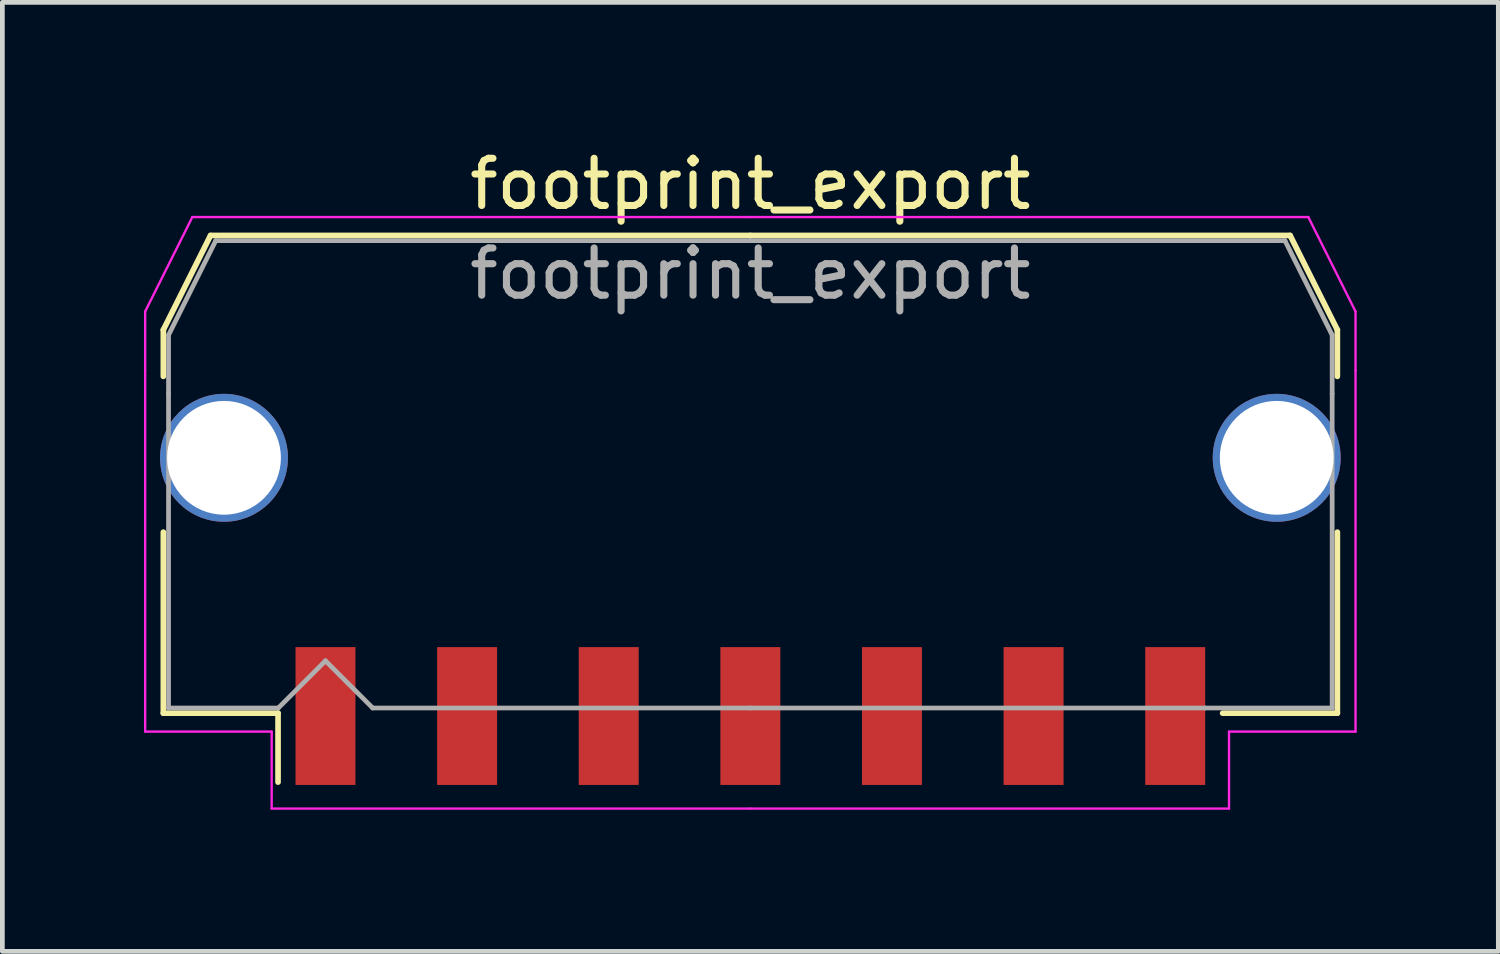
<source format=kicad_pcb>
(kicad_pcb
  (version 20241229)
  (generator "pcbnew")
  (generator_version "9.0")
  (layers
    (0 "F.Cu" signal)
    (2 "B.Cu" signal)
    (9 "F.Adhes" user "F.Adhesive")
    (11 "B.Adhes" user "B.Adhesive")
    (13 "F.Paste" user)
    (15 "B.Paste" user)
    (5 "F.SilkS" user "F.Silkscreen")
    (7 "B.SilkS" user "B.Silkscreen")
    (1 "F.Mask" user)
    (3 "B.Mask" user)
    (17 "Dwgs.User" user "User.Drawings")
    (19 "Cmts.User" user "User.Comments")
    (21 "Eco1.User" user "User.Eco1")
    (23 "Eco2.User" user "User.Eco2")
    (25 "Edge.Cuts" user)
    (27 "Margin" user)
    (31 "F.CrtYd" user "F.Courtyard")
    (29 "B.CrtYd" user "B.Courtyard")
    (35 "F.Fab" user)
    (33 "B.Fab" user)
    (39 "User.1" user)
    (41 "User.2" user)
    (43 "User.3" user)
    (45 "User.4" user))
  (footprint "footprint_export"
    (layer "F.Cu")
    (at 12.845 6.998)
    (property "Reference" "footprint_export" (at 0 -6.15 0) (layer "F.SilkS") (effects (font (size 1 1) (thickness 0.15))))
    (attr smd)
    (fp_line (start -12.435 -3.06) (end -12.435 -2.075) (stroke (width 0.12) (type solid)) (layer "F.SilkS"))
    (fp_line (start -12.435 1.225) (end -12.435 5.06) (stroke (width 0.12) (type solid)) (layer "F.SilkS"))
    (fp_line (start -12.435 5.06) (end -10.005 5.06) (stroke (width 0.12) (type solid)) (layer "F.SilkS"))
    (fp_line (start -11.435 -5.06) (end -12.435 -3.06) (stroke (width 0.12) (type solid)) (layer "F.SilkS"))
    (fp_line (start -10.005 5.06) (end -10.005 6.52) (stroke (width 0.12) (type solid)) (layer "F.SilkS"))
    (fp_line (start 0 -5.06) (end -11.435 -5.06) (stroke (width 0.12) (type solid)) (layer "F.SilkS"))
    (fp_line (start 0 -5.06) (end 11.435 -5.06) (stroke (width 0.12) (type solid)) (layer "F.SilkS"))
    (fp_line (start 11.435 -5.06) (end 12.435 -3.06) (stroke (width 0.12) (type solid)) (layer "F.SilkS"))
    (fp_line (start 12.435 -3.06) (end 12.435 -2.075) (stroke (width 0.12) (type solid)) (layer "F.SilkS"))
    (fp_line (start 12.435 1.225) (end 12.435 5.06) (stroke (width 0.12) (type solid)) (layer "F.SilkS"))
    (fp_line (start 12.435 5.06) (end 10.005 5.06) (stroke (width 0.12) (type solid)) (layer "F.SilkS"))
    (fp_line (start -12.82 -3.45) (end -12.82 -2.2) (stroke (width 0.05) (type solid)) (layer "F.CrtYd"))
    (fp_line (start -12.82 -2.2) (end -12.82 5.45) (stroke (width 0.05) (type solid)) (layer "F.CrtYd"))
    (fp_line (start -12.82 5.45) (end -10.14 5.45) (stroke (width 0.05) (type solid)) (layer "F.CrtYd"))
    (fp_line (start -11.82 -5.45) (end -12.82 -3.45) (stroke (width 0.05) (type solid)) (layer "F.CrtYd"))
    (fp_line (start -10.14 5.45) (end -10.14 7.08) (stroke (width 0.05) (type solid)) (layer "F.CrtYd"))
    (fp_line (start -10.14 7.08) (end 0 7.08) (stroke (width 0.05) (type solid)) (layer "F.CrtYd"))
    (fp_line (start 0 -5.45) (end -11.82 -5.45) (stroke (width 0.05) (type solid)) (layer "F.CrtYd"))
    (fp_line (start 0 -5.45) (end 11.82 -5.45) (stroke (width 0.05) (type solid)) (layer "F.CrtYd"))
    (fp_line (start 10.14 5.45) (end 10.14 7.08) (stroke (width 0.05) (type solid)) (layer "F.CrtYd"))
    (fp_line (start 10.14 7.08) (end 0 7.08) (stroke (width 0.05) (type solid)) (layer "F.CrtYd"))
    (fp_line (start 11.82 -5.45) (end 12.82 -3.45) (stroke (width 0.05) (type solid)) (layer "F.CrtYd"))
    (fp_line (start 12.82 -3.45) (end 12.82 -2.2) (stroke (width 0.05) (type solid)) (layer "F.CrtYd"))
    (fp_line (start 12.82 -2.2) (end 12.82 5.45) (stroke (width 0.05) (type solid)) (layer "F.CrtYd"))
    (fp_line (start 12.82 5.45) (end 10.14 5.45) (stroke (width 0.05) (type solid)) (layer "F.CrtYd"))
    (fp_line (start -12.325 -2.95) (end -12.325 -1.705) (stroke (width 0.1) (type solid)) (layer "F.Fab"))
    (fp_line (start -12.325 -1.705) (end -12.325 4.95) (stroke (width 0.1) (type solid)) (layer "F.Fab"))
    (fp_line (start -12.325 4.95) (end -10 4.95) (stroke (width 0.1) (type solid)) (layer "F.Fab"))
    (fp_line (start -11.325 -4.95) (end -12.325 -2.95) (stroke (width 0.1) (type solid)) (layer "F.Fab"))
    (fp_line (start -10 4.95) (end -9 3.95) (stroke (width 0.1) (type solid)) (layer "F.Fab"))
    (fp_line (start -9 3.95) (end -8 4.95) (stroke (width 0.1) (type solid)) (layer "F.Fab"))
    (fp_line (start -8 4.95) (end 0 4.95) (stroke (width 0.1) (type solid)) (layer "F.Fab"))
    (fp_line (start 0 -4.95) (end -11.325 -4.95) (stroke (width 0.1) (type solid)) (layer "F.Fab"))
    (fp_line (start 0 -4.95) (end 11.325 -4.95) (stroke (width 0.1) (type solid)) (layer "F.Fab"))
    (fp_line (start 9.635 4.95) (end 0 4.95) (stroke (width 0.1) (type solid)) (layer "F.Fab"))
    (fp_line (start 11.325 -4.95) (end 12.325 -2.95) (stroke (width 0.1) (type solid)) (layer "F.Fab"))
    (fp_line (start 12.325 -2.95) (end 12.325 -1.705) (stroke (width 0.1) (type solid)) (layer "F.Fab"))
    (fp_line (start 12.325 -1.705) (end 12.325 4.95) (stroke (width 0.1) (type solid)) (layer "F.Fab"))
    (fp_line (start 12.325 4.95) (end 9.635 4.95) (stroke (width 0.1) (type solid)) (layer "F.Fab"))
    (fp_text user "${REFERENCE}" (at 0 -4.25 0) (layer "F.Fab") (effects (font (size 1 1) (thickness 0.15))))
    (pad "1" smd rect (at -9 5.12) (size 1.27 2.92) (layers "F.Cu" "F.Mask" "F.Paste"))
    (pad "2" smd rect (at -6 5.12) (size 1.27 2.92) (layers "F.Cu" "F.Mask" "F.Paste"))
    (pad "3" smd rect (at -3 5.12) (size 1.27 2.92) (layers "F.Cu" "F.Mask" "F.Paste"))
    (pad "4" smd rect (at 0 5.12) (size 1.27 2.92) (layers "F.Cu" "F.Mask" "F.Paste"))
    (pad "5" smd rect (at 3 5.12) (size 1.27 2.92) (layers "F.Cu" "F.Mask" "F.Paste"))
    (pad "6" smd rect (at 6 5.12) (size 1.27 2.92) (layers "F.Cu" "F.Mask" "F.Paste"))
    (pad "7" smd rect (at 9 5.12) (size 1.27 2.92) (layers "F.Cu" "F.Mask" "F.Paste"))
    (pad "MP" thru_hole circle (at -11.15 -0.35) (size 2.71 2.71) (drill 2.41) (layers "*.Cu" "*.Mask"))
    (pad "MP" thru_hole circle (at 11.15 -0.35) (size 2.71 2.71) (drill 2.41) (layers "*.Cu" "*.Mask")))
  (gr_rect
    (start -3 -3)
    (end 28.69 17.103)
    (stroke (width 0.1) (type default))
    (fill no)
    (layer "Edge.Cuts")))
</source>
